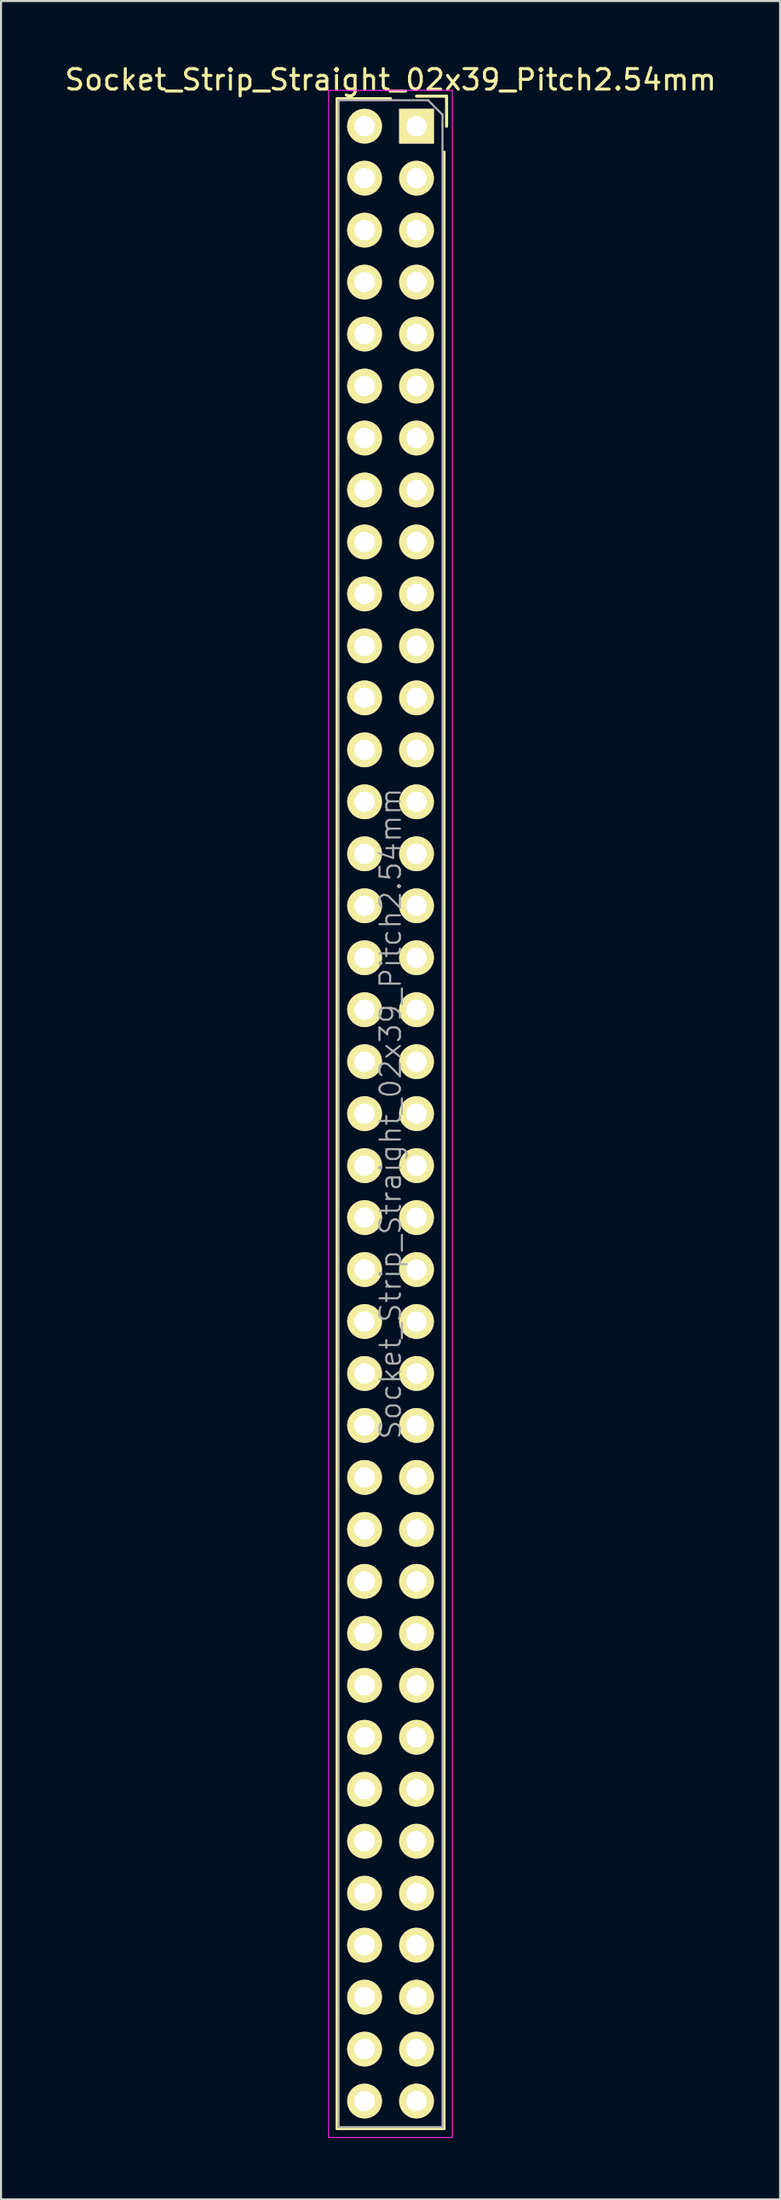
<source format=kicad_pcb>
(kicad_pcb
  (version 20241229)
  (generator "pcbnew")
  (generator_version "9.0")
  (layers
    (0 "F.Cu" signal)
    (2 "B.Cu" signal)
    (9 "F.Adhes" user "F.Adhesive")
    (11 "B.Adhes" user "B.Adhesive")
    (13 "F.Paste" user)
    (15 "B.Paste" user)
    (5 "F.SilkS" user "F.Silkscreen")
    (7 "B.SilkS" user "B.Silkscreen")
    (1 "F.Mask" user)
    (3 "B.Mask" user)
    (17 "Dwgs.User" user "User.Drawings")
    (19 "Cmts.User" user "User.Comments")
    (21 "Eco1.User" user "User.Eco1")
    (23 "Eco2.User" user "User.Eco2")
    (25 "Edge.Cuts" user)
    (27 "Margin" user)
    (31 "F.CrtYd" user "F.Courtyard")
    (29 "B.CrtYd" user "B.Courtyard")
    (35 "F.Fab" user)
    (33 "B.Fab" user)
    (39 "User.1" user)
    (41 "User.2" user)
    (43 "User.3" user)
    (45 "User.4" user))
  (footprint "Socket_Strip_Straight_02x39_Pitch2.54mm"
    (layer "F.Cu")
    (at 17.324 3.118)
    (property "Reference" "Socket_Strip_Straight_02x39_Pitch2.54mm" (at -1.27 -2.27 0) (layer "F.SilkS") (effects (font (size 1 1) (thickness 0.15))))
    (attr smd)
    (fp_line (start -3.885 -1.345) (end -3.885 97.865) (stroke (width 0.15) (type solid)) (layer "F.SilkS"))
    (fp_line (start -1.27 -1.345) (end -3.885 -1.345) (stroke (width 0.15) (type solid)) (layer "F.SilkS"))
    (fp_line (start 1.345 1.27) (end 1.345 97.865) (stroke (width 0.15) (type solid)) (layer "F.SilkS"))
    (fp_line (start 1.345 97.865) (end -3.885 97.865) (stroke (width 0.15) (type solid)) (layer "F.SilkS"))
    (fp_line (start 1.47 -1.47) (end 0 -1.47) (stroke (width 0.15) (type solid)) (layer "F.SilkS"))
    (fp_line (start 1.47 -1.47) (end 1.47 0) (stroke (width 0.15) (type solid)) (layer "F.SilkS"))
    (fp_line (start -4.3 -1.75) (end -4.3 98.3) (stroke (width 0.05) (type solid)) (layer "F.CrtYd"))
    (fp_line (start 1.75 -1.75) (end -4.3 -1.75) (stroke (width 0.05) (type solid)) (layer "F.CrtYd"))
    (fp_line (start 1.75 -1.75) (end 1.75 98.3) (stroke (width 0.05) (type solid)) (layer "F.CrtYd"))
    (fp_line (start 1.75 98.3) (end -4.3 98.3) (stroke (width 0.05) (type solid)) (layer "F.CrtYd"))
    (fp_line (start -3.81 -1.27) (end 0.563 -1.27) (stroke (width 0.1) (type solid)) (layer "F.Fab"))
    (fp_line (start -3.81 97.79) (end -3.81 -1.27) (stroke (width 0.1) (type solid)) (layer "F.Fab"))
    (fp_line (start -3.81 97.79) (end 1.27 97.79) (stroke (width 0.1) (type solid)) (layer "F.Fab"))
    (fp_line (start 1.27 -0.563) (end 0.563 -1.27) (stroke (width 0.1) (type solid)) (layer "F.Fab"))
    (fp_line (start 1.27 97.79) (end 1.27 -0.563) (stroke (width 0.1) (type solid)) (layer "F.Fab"))
    (fp_text user "${REFERENCE}" (at -1.27 48.26 90) (layer "F.Fab") (effects (font (size 1 1) (thickness 0.1))))
    (pad "1" thru_hole rect (at 0 0) (size 1.7 1.7) (drill 1) (layers "*.Cu" "*.Mask" "F.SilkS"))
    (pad "2" thru_hole oval (at -2.54 0) (size 1.7 1.7) (drill 1) (layers "*.Cu" "*.Mask" "F.SilkS"))
    (pad "3" thru_hole oval (at 0 2.54) (size 1.7 1.7) (drill 1) (layers "*.Cu" "*.Mask" "F.SilkS"))
    (pad "4" thru_hole oval (at -2.54 2.54) (size 1.7 1.7) (drill 1) (layers "*.Cu" "*.Mask" "F.SilkS"))
    (pad "5" thru_hole oval (at 0 5.08) (size 1.7 1.7) (drill 1) (layers "*.Cu" "*.Mask" "F.SilkS"))
    (pad "6" thru_hole oval (at -2.54 5.08) (size 1.7 1.7) (drill 1) (layers "*.Cu" "*.Mask" "F.SilkS"))
    (pad "7" thru_hole oval (at 0 7.62) (size 1.7 1.7) (drill 1) (layers "*.Cu" "*.Mask" "F.SilkS"))
    (pad "8" thru_hole oval (at -2.54 7.62) (size 1.7 1.7) (drill 1) (layers "*.Cu" "*.Mask" "F.SilkS"))
    (pad "9" thru_hole oval (at 0 10.16) (size 1.7 1.7) (drill 1) (layers "*.Cu" "*.Mask" "F.SilkS"))
    (pad "10" thru_hole oval (at -2.54 10.16) (size 1.7 1.7) (drill 1) (layers "*.Cu" "*.Mask" "F.SilkS"))
    (pad "11" thru_hole oval (at 0 12.7) (size 1.7 1.7) (drill 1) (layers "*.Cu" "*.Mask" "F.SilkS"))
    (pad "12" thru_hole oval (at -2.54 12.7) (size 1.7 1.7) (drill 1) (layers "*.Cu" "*.Mask" "F.SilkS"))
    (pad "13" thru_hole oval (at 0 15.24) (size 1.7 1.7) (drill 1) (layers "*.Cu" "*.Mask" "F.SilkS"))
    (pad "14" thru_hole oval (at -2.54 15.24) (size 1.7 1.7) (drill 1) (layers "*.Cu" "*.Mask" "F.SilkS"))
    (pad "15" thru_hole oval (at 0 17.78) (size 1.7 1.7) (drill 1) (layers "*.Cu" "*.Mask" "F.SilkS"))
    (pad "16" thru_hole oval (at -2.54 17.78) (size 1.7 1.7) (drill 1) (layers "*.Cu" "*.Mask" "F.SilkS"))
    (pad "17" thru_hole oval (at 0 20.32) (size 1.7 1.7) (drill 1) (layers "*.Cu" "*.Mask" "F.SilkS"))
    (pad "18" thru_hole oval (at -2.54 20.32) (size 1.7 1.7) (drill 1) (layers "*.Cu" "*.Mask" "F.SilkS"))
    (pad "19" thru_hole oval (at 0 22.86) (size 1.7 1.7) (drill 1) (layers "*.Cu" "*.Mask" "F.SilkS"))
    (pad "20" thru_hole oval (at -2.54 22.86) (size 1.7 1.7) (drill 1) (layers "*.Cu" "*.Mask" "F.SilkS"))
    (pad "21" thru_hole oval (at 0 25.4) (size 1.7 1.7) (drill 1) (layers "*.Cu" "*.Mask" "F.SilkS"))
    (pad "22" thru_hole oval (at -2.54 25.4) (size 1.7 1.7) (drill 1) (layers "*.Cu" "*.Mask" "F.SilkS"))
    (pad "23" thru_hole oval (at 0 27.94) (size 1.7 1.7) (drill 1) (layers "*.Cu" "*.Mask" "F.SilkS"))
    (pad "24" thru_hole oval (at -2.54 27.94) (size 1.7 1.7) (drill 1) (layers "*.Cu" "*.Mask" "F.SilkS"))
    (pad "25" thru_hole oval (at 0 30.48) (size 1.7 1.7) (drill 1) (layers "*.Cu" "*.Mask" "F.SilkS"))
    (pad "26" thru_hole oval (at -2.54 30.48) (size 1.7 1.7) (drill 1) (layers "*.Cu" "*.Mask" "F.SilkS"))
    (pad "27" thru_hole oval (at 0 33.02) (size 1.7 1.7) (drill 1) (layers "*.Cu" "*.Mask" "F.SilkS"))
    (pad "28" thru_hole oval (at -2.54 33.02) (size 1.7 1.7) (drill 1) (layers "*.Cu" "*.Mask" "F.SilkS"))
    (pad "29" thru_hole oval (at 0 35.56) (size 1.7 1.7) (drill 1) (layers "*.Cu" "*.Mask" "F.SilkS"))
    (pad "30" thru_hole oval (at -2.54 35.56) (size 1.7 1.7) (drill 1) (layers "*.Cu" "*.Mask" "F.SilkS"))
    (pad "31" thru_hole oval (at 0 38.1) (size 1.7 1.7) (drill 1) (layers "*.Cu" "*.Mask" "F.SilkS"))
    (pad "32" thru_hole oval (at -2.54 38.1) (size 1.7 1.7) (drill 1) (layers "*.Cu" "*.Mask" "F.SilkS"))
    (pad "33" thru_hole oval (at 0 40.64) (size 1.7 1.7) (drill 1) (layers "*.Cu" "*.Mask" "F.SilkS"))
    (pad "34" thru_hole oval (at -2.54 40.64) (size 1.7 1.7) (drill 1) (layers "*.Cu" "*.Mask" "F.SilkS"))
    (pad "35" thru_hole oval (at 0 43.18) (size 1.7 1.7) (drill 1) (layers "*.Cu" "*.Mask" "F.SilkS"))
    (pad "36" thru_hole oval (at -2.54 43.18) (size 1.7 1.7) (drill 1) (layers "*.Cu" "*.Mask" "F.SilkS"))
    (pad "37" thru_hole oval (at 0 45.72) (size 1.7 1.7) (drill 1) (layers "*.Cu" "*.Mask" "F.SilkS"))
    (pad "38" thru_hole oval (at -2.54 45.72) (size 1.7 1.7) (drill 1) (layers "*.Cu" "*.Mask" "F.SilkS"))
    (pad "39" thru_hole oval (at 0 48.26) (size 1.7 1.7) (drill 1) (layers "*.Cu" "*.Mask" "F.SilkS"))
    (pad "40" thru_hole oval (at -2.54 48.26) (size 1.7 1.7) (drill 1) (layers "*.Cu" "*.Mask" "F.SilkS"))
    (pad "41" thru_hole oval (at 0 50.8) (size 1.7 1.7) (drill 1) (layers "*.Cu" "*.Mask" "F.SilkS"))
    (pad "42" thru_hole oval (at -2.54 50.8) (size 1.7 1.7) (drill 1) (layers "*.Cu" "*.Mask" "F.SilkS"))
    (pad "43" thru_hole oval (at 0 53.34) (size 1.7 1.7) (drill 1) (layers "*.Cu" "*.Mask" "F.SilkS"))
    (pad "44" thru_hole oval (at -2.54 53.34) (size 1.7 1.7) (drill 1) (layers "*.Cu" "*.Mask" "F.SilkS"))
    (pad "45" thru_hole oval (at 0 55.88) (size 1.7 1.7) (drill 1) (layers "*.Cu" "*.Mask" "F.SilkS"))
    (pad "46" thru_hole oval (at -2.54 55.88) (size 1.7 1.7) (drill 1) (layers "*.Cu" "*.Mask" "F.SilkS"))
    (pad "47" thru_hole oval (at 0 58.42) (size 1.7 1.7) (drill 1) (layers "*.Cu" "*.Mask" "F.SilkS"))
    (pad "48" thru_hole oval (at -2.54 58.42) (size 1.7 1.7) (drill 1) (layers "*.Cu" "*.Mask" "F.SilkS"))
    (pad "49" thru_hole oval (at 0 60.96) (size 1.7 1.7) (drill 1) (layers "*.Cu" "*.Mask" "F.SilkS"))
    (pad "50" thru_hole oval (at -2.54 60.96) (size 1.7 1.7) (drill 1) (layers "*.Cu" "*.Mask" "F.SilkS"))
    (pad "51" thru_hole oval (at 0 63.5) (size 1.7 1.7) (drill 1) (layers "*.Cu" "*.Mask" "F.SilkS"))
    (pad "52" thru_hole oval (at -2.54 63.5) (size 1.7 1.7) (drill 1) (layers "*.Cu" "*.Mask" "F.SilkS"))
    (pad "53" thru_hole oval (at 0 66.04) (size 1.7 1.7) (drill 1) (layers "*.Cu" "*.Mask" "F.SilkS"))
    (pad "54" thru_hole oval (at -2.54 66.04) (size 1.7 1.7) (drill 1) (layers "*.Cu" "*.Mask" "F.SilkS"))
    (pad "55" thru_hole oval (at 0 68.58) (size 1.7 1.7) (drill 1) (layers "*.Cu" "*.Mask" "F.SilkS"))
    (pad "56" thru_hole oval (at -2.54 68.58) (size 1.7 1.7) (drill 1) (layers "*.Cu" "*.Mask" "F.SilkS"))
    (pad "57" thru_hole oval (at 0 71.12) (size 1.7 1.7) (drill 1) (layers "*.Cu" "*.Mask" "F.SilkS"))
    (pad "58" thru_hole oval (at -2.54 71.12) (size 1.7 1.7) (drill 1) (layers "*.Cu" "*.Mask" "F.SilkS"))
    (pad "59" thru_hole oval (at 0 73.66) (size 1.7 1.7) (drill 1) (layers "*.Cu" "*.Mask" "F.SilkS"))
    (pad "60" thru_hole oval (at -2.54 73.66) (size 1.7 1.7) (drill 1) (layers "*.Cu" "*.Mask" "F.SilkS"))
    (pad "61" thru_hole oval (at 0 76.2) (size 1.7 1.7) (drill 1) (layers "*.Cu" "*.Mask" "F.SilkS"))
    (pad "62" thru_hole oval (at -2.54 76.2) (size 1.7 1.7) (drill 1) (layers "*.Cu" "*.Mask" "F.SilkS"))
    (pad "63" thru_hole oval (at 0 78.74) (size 1.7 1.7) (drill 1) (layers "*.Cu" "*.Mask" "F.SilkS"))
    (pad "64" thru_hole oval (at -2.54 78.74) (size 1.7 1.7) (drill 1) (layers "*.Cu" "*.Mask" "F.SilkS"))
    (pad "65" thru_hole oval (at 0 81.28) (size 1.7 1.7) (drill 1) (layers "*.Cu" "*.Mask" "F.SilkS"))
    (pad "66" thru_hole oval (at -2.54 81.28) (size 1.7 1.7) (drill 1) (layers "*.Cu" "*.Mask" "F.SilkS"))
    (pad "67" thru_hole oval (at 0 83.82) (size 1.7 1.7) (drill 1) (layers "*.Cu" "*.Mask" "F.SilkS"))
    (pad "68" thru_hole oval (at -2.54 83.82) (size 1.7 1.7) (drill 1) (layers "*.Cu" "*.Mask" "F.SilkS"))
    (pad "69" thru_hole oval (at 0 86.36) (size 1.7 1.7) (drill 1) (layers "*.Cu" "*.Mask" "F.SilkS"))
    (pad "70" thru_hole oval (at -2.54 86.36) (size 1.7 1.7) (drill 1) (layers "*.Cu" "*.Mask" "F.SilkS"))
    (pad "71" thru_hole oval (at 0 88.9) (size 1.7 1.7) (drill 1) (layers "*.Cu" "*.Mask" "F.SilkS"))
    (pad "72" thru_hole oval (at -2.54 88.9) (size 1.7 1.7) (drill 1) (layers "*.Cu" "*.Mask" "F.SilkS"))
    (pad "73" thru_hole oval (at 0 91.44) (size 1.7 1.7) (drill 1) (layers "*.Cu" "*.Mask" "F.SilkS"))
    (pad "74" thru_hole oval (at -2.54 91.44) (size 1.7 1.7) (drill 1) (layers "*.Cu" "*.Mask" "F.SilkS"))
    (pad "75" thru_hole oval (at 0 93.98) (size 1.7 1.7) (drill 1) (layers "*.Cu" "*.Mask" "F.SilkS"))
    (pad "76" thru_hole oval (at -2.54 93.98) (size 1.7 1.7) (drill 1) (layers "*.Cu" "*.Mask" "F.SilkS"))
    (pad "77" thru_hole oval (at 0 96.52) (size 1.7 1.7) (drill 1) (layers "*.Cu" "*.Mask" "F.SilkS"))
    (pad "78" thru_hole oval (at -2.54 96.52) (size 1.7 1.7) (drill 1) (layers "*.Cu" "*.Mask" "F.SilkS")))
  (gr_rect
    (start -3 -3)
    (end 35.107 104.443)
    (stroke (width 0.1) (type default))
    (fill no)
    (layer "Edge.Cuts")))
</source>
